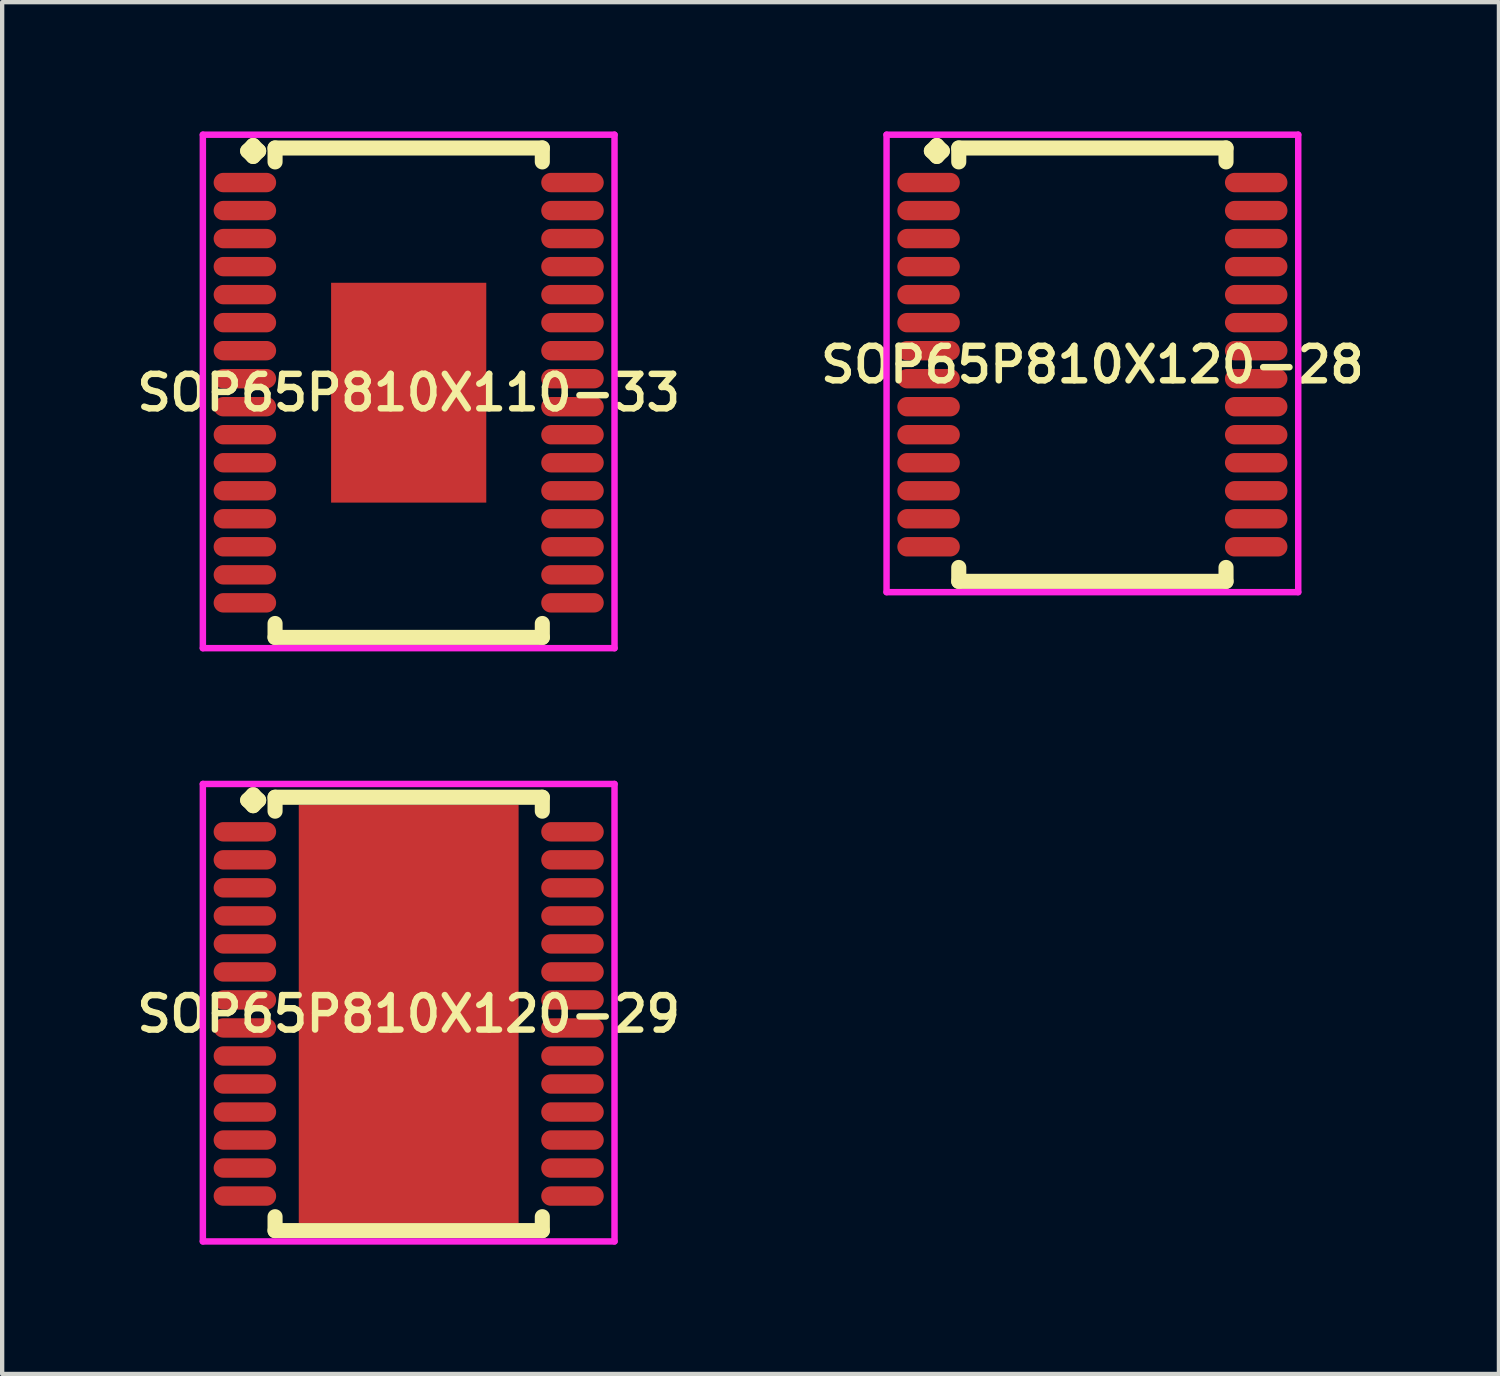
<source format=kicad_pcb>
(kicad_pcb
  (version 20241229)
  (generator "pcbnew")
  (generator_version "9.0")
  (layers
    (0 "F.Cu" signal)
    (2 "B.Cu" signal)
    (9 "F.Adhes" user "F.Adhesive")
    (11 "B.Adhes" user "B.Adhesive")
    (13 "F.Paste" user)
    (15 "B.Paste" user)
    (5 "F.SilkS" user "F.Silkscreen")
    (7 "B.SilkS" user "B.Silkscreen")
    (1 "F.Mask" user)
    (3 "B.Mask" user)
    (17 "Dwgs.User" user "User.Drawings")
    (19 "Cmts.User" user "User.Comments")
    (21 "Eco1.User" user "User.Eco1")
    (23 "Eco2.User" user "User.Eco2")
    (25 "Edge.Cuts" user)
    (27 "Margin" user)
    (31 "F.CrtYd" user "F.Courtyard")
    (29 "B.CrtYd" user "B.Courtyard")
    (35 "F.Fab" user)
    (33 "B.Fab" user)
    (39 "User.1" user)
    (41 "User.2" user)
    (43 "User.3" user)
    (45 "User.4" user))
  (footprint "SOP65P810X120-28"
    (layer "F.Cu")
    (at 22.292 5.41)
    (property "Reference" "SOP65P810X120-28" (at 0 0 0) (layer "F.SilkS") (effects (font (size 0.8 0.8) (thickness 0.15))))
    (attr smd)
    (fp_line (start -3.735 -4.958) (end -3.608 -5.085) (stroke (width 0.35) (type solid)) (layer "F.SilkS"))
    (fp_line (start -3.608 -5.085) (end -3.481 -4.958) (stroke (width 0.35) (type solid)) (layer "F.SilkS"))
    (fp_line (start -3.608 -4.831) (end -3.735 -4.958) (stroke (width 0.35) (type solid)) (layer "F.SilkS"))
    (fp_line (start -3.481 -4.958) (end -3.608 -4.831) (stroke (width 0.35) (type solid)) (layer "F.SilkS"))
    (fp_line (start -3.1 -5.027) (end 3.1 -5.027) (stroke (width 0.35) (type solid)) (layer "F.SilkS"))
    (fp_line (start -3.1 -4.704) (end -3.1 -5.027) (stroke (width 0.35) (type solid)) (layer "F.SilkS"))
    (fp_line (start -3.1 4.704) (end -3.1 5.027) (stroke (width 0.35) (type solid)) (layer "F.SilkS"))
    (fp_line (start -3.1 5.027) (end 3.1 5.027) (stroke (width 0.35) (type solid)) (layer "F.SilkS"))
    (fp_line (start 3.1 -5.027) (end 3.1 -4.704) (stroke (width 0.35) (type solid)) (layer "F.SilkS"))
    (fp_line (start 3.1 5.027) (end 3.1 4.704) (stroke (width 0.35) (type solid)) (layer "F.SilkS"))
    (fp_line (start -4.775 -5.335) (end 4.775 -5.335) (stroke (width 0.15) (type solid)) (layer "F.CrtYd"))
    (fp_line (start -4.775 5.277) (end -4.775 -5.335) (stroke (width 0.15) (type solid)) (layer "F.CrtYd"))
    (fp_line (start 4.775 -5.335) (end 4.775 5.277) (stroke (width 0.15) (type solid)) (layer "F.CrtYd"))
    (fp_line (start 4.775 5.277) (end -4.775 5.277) (stroke (width 0.15) (type solid)) (layer "F.CrtYd"))
    (pad "1" smd oval (at -3.8 -4.225) (size 1.45 0.45) (layers "F.Cu" "F.Mask" "F.Paste"))
    (pad "2" smd oval (at -3.8 -3.575) (size 1.45 0.45) (layers "F.Cu" "F.Mask" "F.Paste"))
    (pad "3" smd oval (at -3.8 -2.925) (size 1.45 0.45) (layers "F.Cu" "F.Mask" "F.Paste"))
    (pad "4" smd oval (at -3.8 -2.275) (size 1.45 0.45) (layers "F.Cu" "F.Mask" "F.Paste"))
    (pad "5" smd oval (at -3.8 -1.625) (size 1.45 0.45) (layers "F.Cu" "F.Mask" "F.Paste"))
    (pad "6" smd oval (at -3.8 -0.975) (size 1.45 0.45) (layers "F.Cu" "F.Mask" "F.Paste"))
    (pad "7" smd oval (at -3.8 -0.325) (size 1.45 0.45) (layers "F.Cu" "F.Mask" "F.Paste"))
    (pad "8" smd oval (at -3.8 0.325) (size 1.45 0.45) (layers "F.Cu" "F.Mask" "F.Paste"))
    (pad "9" smd oval (at -3.8 0.975) (size 1.45 0.45) (layers "F.Cu" "F.Mask" "F.Paste"))
    (pad "10" smd oval (at -3.8 1.625) (size 1.45 0.45) (layers "F.Cu" "F.Mask" "F.Paste"))
    (pad "11" smd oval (at -3.8 2.275) (size 1.45 0.45) (layers "F.Cu" "F.Mask" "F.Paste"))
    (pad "12" smd oval (at -3.8 2.925) (size 1.45 0.45) (layers "F.Cu" "F.Mask" "F.Paste"))
    (pad "13" smd oval (at -3.8 3.575) (size 1.45 0.45) (layers "F.Cu" "F.Mask" "F.Paste"))
    (pad "14" smd oval (at -3.8 4.225) (size 1.45 0.45) (layers "F.Cu" "F.Mask" "F.Paste"))
    (pad "15" smd oval (at 3.8 4.225) (size 1.45 0.45) (layers "F.Cu" "F.Mask" "F.Paste"))
    (pad "16" smd oval (at 3.8 3.575) (size 1.45 0.45) (layers "F.Cu" "F.Mask" "F.Paste"))
    (pad "17" smd oval (at 3.8 2.925) (size 1.45 0.45) (layers "F.Cu" "F.Mask" "F.Paste"))
    (pad "18" smd oval (at 3.8 2.275) (size 1.45 0.45) (layers "F.Cu" "F.Mask" "F.Paste"))
    (pad "19" smd oval (at 3.8 1.625) (size 1.45 0.45) (layers "F.Cu" "F.Mask" "F.Paste"))
    (pad "20" smd oval (at 3.8 0.975) (size 1.45 0.45) (layers "F.Cu" "F.Mask" "F.Paste"))
    (pad "21" smd oval (at 3.8 0.325) (size 1.45 0.45) (layers "F.Cu" "F.Mask" "F.Paste"))
    (pad "22" smd oval (at 3.8 -0.325) (size 1.45 0.45) (layers "F.Cu" "F.Mask" "F.Paste"))
    (pad "23" smd oval (at 3.8 -0.975) (size 1.45 0.45) (layers "F.Cu" "F.Mask" "F.Paste"))
    (pad "24" smd oval (at 3.8 -1.625) (size 1.45 0.45) (layers "F.Cu" "F.Mask" "F.Paste"))
    (pad "25" smd oval (at 3.8 -2.275) (size 1.45 0.45) (layers "F.Cu" "F.Mask" "F.Paste"))
    (pad "26" smd oval (at 3.8 -2.925) (size 1.45 0.45) (layers "F.Cu" "F.Mask" "F.Paste"))
    (pad "27" smd oval (at 3.8 -3.575) (size 1.45 0.45) (layers "F.Cu" "F.Mask" "F.Paste"))
    (pad "28" smd oval (at 3.8 -4.225) (size 1.45 0.45) (layers "F.Cu" "F.Mask" "F.Paste")))
  (footprint "SOP65P810X120-29"
    (layer "F.Cu")
    (at 6.431 20.472)
    (property "Reference" "SOP65P810X120-29" (at 0 0 0) (layer "F.SilkS") (effects (font (size 0.8 0.8) (thickness 0.15))))
    (attr smd)
    (fp_line (start -3.735 -4.958) (end -3.608 -5.085) (stroke (width 0.35) (type solid)) (layer "F.SilkS"))
    (fp_line (start -3.608 -5.085) (end -3.481 -4.958) (stroke (width 0.35) (type solid)) (layer "F.SilkS"))
    (fp_line (start -3.608 -4.831) (end -3.735 -4.958) (stroke (width 0.35) (type solid)) (layer "F.SilkS"))
    (fp_line (start -3.481 -4.958) (end -3.608 -4.831) (stroke (width 0.35) (type solid)) (layer "F.SilkS"))
    (fp_line (start -3.1 -5.027) (end 3.1 -5.027) (stroke (width 0.35) (type solid)) (layer "F.SilkS"))
    (fp_line (start -3.1 -4.704) (end -3.1 -5.027) (stroke (width 0.35) (type solid)) (layer "F.SilkS"))
    (fp_line (start -3.1 4.704) (end -3.1 5.027) (stroke (width 0.35) (type solid)) (layer "F.SilkS"))
    (fp_line (start -3.1 5.027) (end 3.1 5.027) (stroke (width 0.35) (type solid)) (layer "F.SilkS"))
    (fp_line (start 3.1 -5.027) (end 3.1 -4.704) (stroke (width 0.35) (type solid)) (layer "F.SilkS"))
    (fp_line (start 3.1 5.027) (end 3.1 4.704) (stroke (width 0.35) (type solid)) (layer "F.SilkS"))
    (fp_line (start -4.775 -5.335) (end 4.775 -5.335) (stroke (width 0.15) (type solid)) (layer "F.CrtYd"))
    (fp_line (start -4.775 5.277) (end -4.775 -5.335) (stroke (width 0.15) (type solid)) (layer "F.CrtYd"))
    (fp_line (start 4.775 -5.335) (end 4.775 5.277) (stroke (width 0.15) (type solid)) (layer "F.CrtYd"))
    (fp_line (start 4.775 5.277) (end -4.775 5.277) (stroke (width 0.15) (type solid)) (layer "F.CrtYd"))
    (pad "1" smd oval (at -3.8 -4.225) (size 1.45 0.45) (layers "F.Cu" "F.Mask" "F.Paste"))
    (pad "2" smd oval (at -3.8 -3.575) (size 1.45 0.45) (layers "F.Cu" "F.Mask" "F.Paste"))
    (pad "3" smd oval (at -3.8 -2.925) (size 1.45 0.45) (layers "F.Cu" "F.Mask" "F.Paste"))
    (pad "4" smd oval (at -3.8 -2.275) (size 1.45 0.45) (layers "F.Cu" "F.Mask" "F.Paste"))
    (pad "5" smd oval (at -3.8 -1.625) (size 1.45 0.45) (layers "F.Cu" "F.Mask" "F.Paste"))
    (pad "6" smd oval (at -3.8 -0.975) (size 1.45 0.45) (layers "F.Cu" "F.Mask" "F.Paste"))
    (pad "7" smd oval (at -3.8 -0.325) (size 1.45 0.45) (layers "F.Cu" "F.Mask" "F.Paste"))
    (pad "8" smd oval (at -3.8 0.325) (size 1.45 0.45) (layers "F.Cu" "F.Mask" "F.Paste"))
    (pad "9" smd oval (at -3.8 0.975) (size 1.45 0.45) (layers "F.Cu" "F.Mask" "F.Paste"))
    (pad "10" smd oval (at -3.8 1.625) (size 1.45 0.45) (layers "F.Cu" "F.Mask" "F.Paste"))
    (pad "11" smd oval (at -3.8 2.275) (size 1.45 0.45) (layers "F.Cu" "F.Mask" "F.Paste"))
    (pad "12" smd oval (at -3.8 2.925) (size 1.45 0.45) (layers "F.Cu" "F.Mask" "F.Paste"))
    (pad "13" smd oval (at -3.8 3.575) (size 1.45 0.45) (layers "F.Cu" "F.Mask" "F.Paste"))
    (pad "14" smd oval (at -3.8 4.225) (size 1.45 0.45) (layers "F.Cu" "F.Mask" "F.Paste"))
    (pad "15" smd oval (at 3.8 4.225) (size 1.45 0.45) (layers "F.Cu" "F.Mask" "F.Paste"))
    (pad "16" smd oval (at 3.8 3.575) (size 1.45 0.45) (layers "F.Cu" "F.Mask" "F.Paste"))
    (pad "17" smd oval (at 3.8 2.925) (size 1.45 0.45) (layers "F.Cu" "F.Mask" "F.Paste"))
    (pad "18" smd oval (at 3.8 2.275) (size 1.45 0.45) (layers "F.Cu" "F.Mask" "F.Paste"))
    (pad "19" smd oval (at 3.8 1.625) (size 1.45 0.45) (layers "F.Cu" "F.Mask" "F.Paste"))
    (pad "20" smd oval (at 3.8 0.975) (size 1.45 0.45) (layers "F.Cu" "F.Mask" "F.Paste"))
    (pad "21" smd oval (at 3.8 0.325) (size 1.45 0.45) (layers "F.Cu" "F.Mask" "F.Paste"))
    (pad "22" smd oval (at 3.8 -0.325) (size 1.45 0.45) (layers "F.Cu" "F.Mask" "F.Paste"))
    (pad "23" smd oval (at 3.8 -0.975) (size 1.45 0.45) (layers "F.Cu" "F.Mask" "F.Paste"))
    (pad "24" smd oval (at 3.8 -1.625) (size 1.45 0.45) (layers "F.Cu" "F.Mask" "F.Paste"))
    (pad "25" smd oval (at 3.8 -2.275) (size 1.45 0.45) (layers "F.Cu" "F.Mask" "F.Paste"))
    (pad "26" smd oval (at 3.8 -2.925) (size 1.45 0.45) (layers "F.Cu" "F.Mask" "F.Paste"))
    (pad "27" smd oval (at 3.8 -3.575) (size 1.45 0.45) (layers "F.Cu" "F.Mask" "F.Paste"))
    (pad "28" smd oval (at 3.8 -4.225) (size 1.45 0.45) (layers "F.Cu" "F.Mask" "F.Paste"))
    (pad "29" smd rect (at 0 0) (size 5.1 9.7) (layers "F.Cu" "F.Mask" "F.Paste")))
  (footprint "SOP65P810X110-33"
    (layer "F.Cu")
    (at 6.431 6.06)
    (property "Reference" "SOP65P810X110-33" (at 0 0 0) (layer "F.SilkS") (effects (font (size 0.8 0.8) (thickness 0.15))))
    (attr through_hole)
    (fp_line (start -3.735 -5.608) (end -3.608 -5.735) (stroke (width 0.35) (type solid)) (layer "F.SilkS"))
    (fp_line (start -3.608 -5.735) (end -3.481 -5.608) (stroke (width 0.35) (type solid)) (layer "F.SilkS"))
    (fp_line (start -3.608 -5.481) (end -3.735 -5.608) (stroke (width 0.35) (type solid)) (layer "F.SilkS"))
    (fp_line (start -3.481 -5.608) (end -3.608 -5.481) (stroke (width 0.35) (type solid)) (layer "F.SilkS"))
    (fp_line (start -3.1 -5.677) (end 3.1 -5.677) (stroke (width 0.35) (type solid)) (layer "F.SilkS"))
    (fp_line (start -3.1 -5.354) (end -3.1 -5.677) (stroke (width 0.35) (type solid)) (layer "F.SilkS"))
    (fp_line (start -3.1 5.354) (end -3.1 5.677) (stroke (width 0.35) (type solid)) (layer "F.SilkS"))
    (fp_line (start -3.1 5.677) (end 3.1 5.677) (stroke (width 0.35) (type solid)) (layer "F.SilkS"))
    (fp_line (start 3.1 -5.677) (end 3.1 -5.354) (stroke (width 0.35) (type solid)) (layer "F.SilkS"))
    (fp_line (start 3.1 5.677) (end 3.1 5.354) (stroke (width 0.35) (type solid)) (layer "F.SilkS"))
    (fp_line (start -4.775 -5.985) (end 4.775 -5.985) (stroke (width 0.15) (type solid)) (layer "F.CrtYd"))
    (fp_line (start -4.775 5.927) (end -4.775 -5.985) (stroke (width 0.15) (type solid)) (layer "F.CrtYd"))
    (fp_line (start 4.775 -5.985) (end 4.775 5.927) (stroke (width 0.15) (type solid)) (layer "F.CrtYd"))
    (fp_line (start 4.775 5.927) (end -4.775 5.927) (stroke (width 0.15) (type solid)) (layer "F.CrtYd"))
    (pad "1" smd oval (at -3.8 -4.875) (size 1.45 0.45) (layers "F.Cu" "F.Mask" "F.Paste"))
    (pad "2" smd oval (at -3.8 -4.225) (size 1.45 0.45) (layers "F.Cu" "F.Mask" "F.Paste"))
    (pad "3" smd oval (at -3.8 -3.575) (size 1.45 0.45) (layers "F.Cu" "F.Mask" "F.Paste"))
    (pad "4" smd oval (at -3.8 -2.925) (size 1.45 0.45) (layers "F.Cu" "F.Mask" "F.Paste"))
    (pad "5" smd oval (at -3.8 -2.275) (size 1.45 0.45) (layers "F.Cu" "F.Mask" "F.Paste"))
    (pad "6" smd oval (at -3.8 -1.625) (size 1.45 0.45) (layers "F.Cu" "F.Mask" "F.Paste"))
    (pad "7" smd oval (at -3.8 -0.975) (size 1.45 0.45) (layers "F.Cu" "F.Mask" "F.Paste"))
    (pad "8" smd oval (at -3.8 -0.325) (size 1.45 0.45) (layers "F.Cu" "F.Mask" "F.Paste"))
    (pad "9" smd oval (at -3.8 0.325) (size 1.45 0.45) (layers "F.Cu" "F.Mask" "F.Paste"))
    (pad "10" smd oval (at -3.8 0.975) (size 1.45 0.45) (layers "F.Cu" "F.Mask" "F.Paste"))
    (pad "11" smd oval (at -3.8 1.625) (size 1.45 0.45) (layers "F.Cu" "F.Mask" "F.Paste"))
    (pad "12" smd oval (at -3.8 2.275) (size 1.45 0.45) (layers "F.Cu" "F.Mask" "F.Paste"))
    (pad "13" smd oval (at -3.8 2.925) (size 1.45 0.45) (layers "F.Cu" "F.Mask" "F.Paste"))
    (pad "14" smd oval (at -3.8 3.575) (size 1.45 0.45) (layers "F.Cu" "F.Mask" "F.Paste"))
    (pad "15" smd oval (at -3.8 4.225) (size 1.45 0.45) (layers "F.Cu" "F.Mask" "F.Paste"))
    (pad "16" smd oval (at -3.8 4.875) (size 1.45 0.45) (layers "F.Cu" "F.Mask" "F.Paste"))
    (pad "17" smd oval (at 3.8 4.875) (size 1.45 0.45) (layers "F.Cu" "F.Mask" "F.Paste"))
    (pad "18" smd oval (at 3.8 4.225) (size 1.45 0.45) (layers "F.Cu" "F.Mask" "F.Paste"))
    (pad "19" smd oval (at 3.8 3.575) (size 1.45 0.45) (layers "F.Cu" "F.Mask" "F.Paste"))
    (pad "20" smd oval (at 3.8 2.925) (size 1.45 0.45) (layers "F.Cu" "F.Mask" "F.Paste"))
    (pad "21" smd oval (at 3.8 2.275) (size 1.45 0.45) (layers "F.Cu" "F.Mask" "F.Paste"))
    (pad "22" smd oval (at 3.8 1.625) (size 1.45 0.45) (layers "F.Cu" "F.Mask" "F.Paste"))
    (pad "23" smd oval (at 3.8 0.975) (size 1.45 0.45) (layers "F.Cu" "F.Mask" "F.Paste"))
    (pad "24" smd oval (at 3.8 0.325) (size 1.45 0.45) (layers "F.Cu" "F.Mask" "F.Paste"))
    (pad "25" smd oval (at 3.8 -0.325) (size 1.45 0.45) (layers "F.Cu" "F.Mask" "F.Paste"))
    (pad "26" smd oval (at 3.8 -0.975) (size 1.45 0.45) (layers "F.Cu" "F.Mask" "F.Paste"))
    (pad "27" smd oval (at 3.8 -1.625) (size 1.45 0.45) (layers "F.Cu" "F.Mask" "F.Paste"))
    (pad "28" smd oval (at 3.8 -2.275) (size 1.45 0.45) (layers "F.Cu" "F.Mask" "F.Paste"))
    (pad "29" smd oval (at 3.8 -2.925) (size 1.45 0.45) (layers "F.Cu" "F.Mask" "F.Paste"))
    (pad "30" smd oval (at 3.8 -3.575) (size 1.45 0.45) (layers "F.Cu" "F.Mask" "F.Paste"))
    (pad "31" smd oval (at 3.8 -4.225) (size 1.45 0.45) (layers "F.Cu" "F.Mask" "F.Paste"))
    (pad "32" smd oval (at 3.8 -4.875) (size 1.45 0.45) (layers "F.Cu" "F.Mask" "F.Paste"))
    (pad "33" smd rect (at 0 0) (size 3.6 5.1) (layers "F.Cu" "F.Mask" "F.Paste")))
  (gr_rect
    (start -3 -3)
    (end 31.723 28.824)
    (stroke (width 0.1) (type default))
    (fill no)
    (layer "Edge.Cuts")))
</source>
